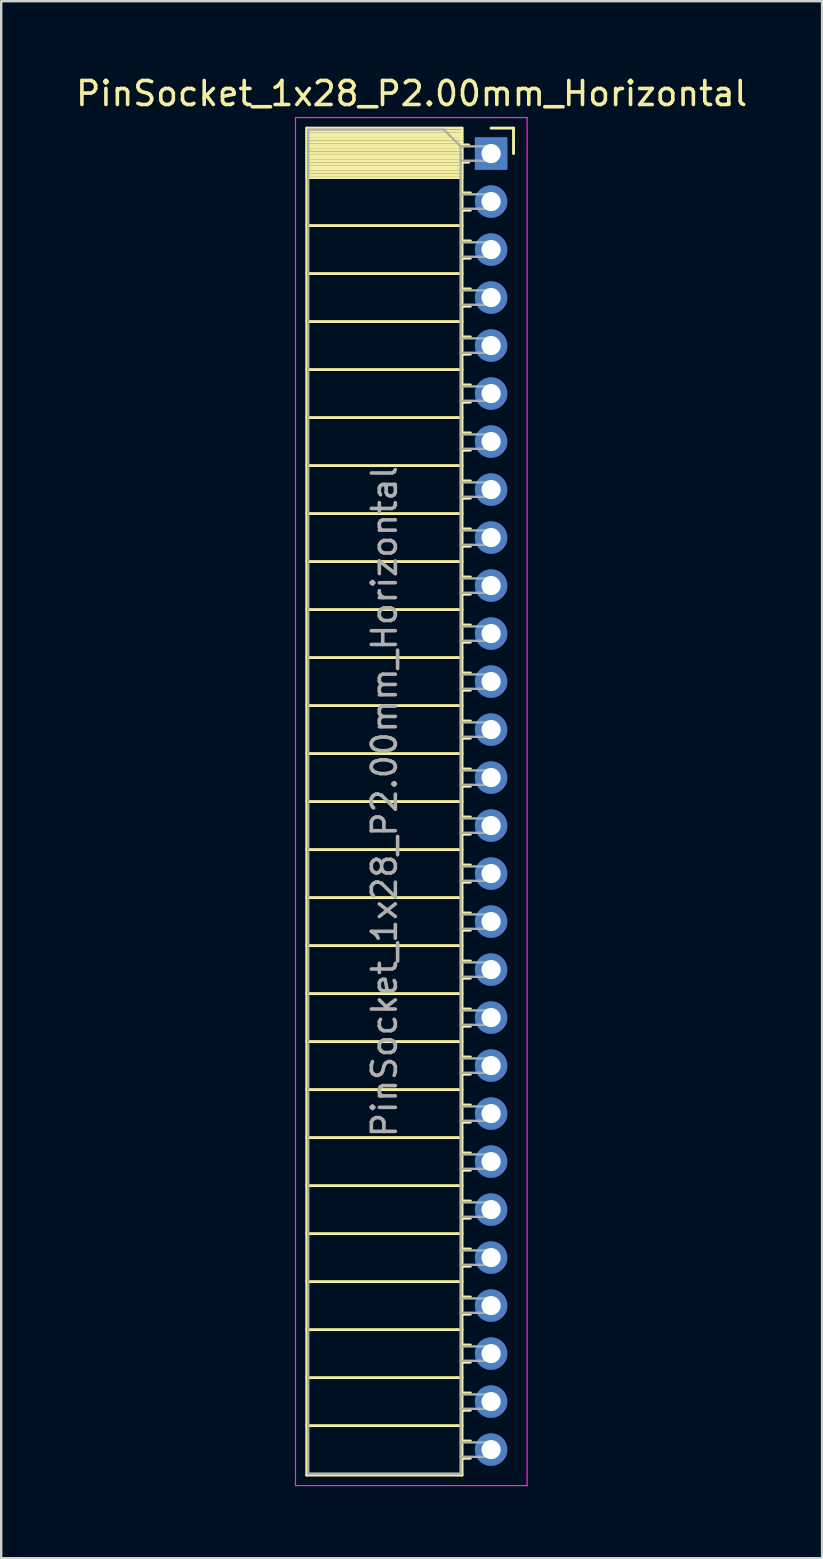
<source format=kicad_pcb>
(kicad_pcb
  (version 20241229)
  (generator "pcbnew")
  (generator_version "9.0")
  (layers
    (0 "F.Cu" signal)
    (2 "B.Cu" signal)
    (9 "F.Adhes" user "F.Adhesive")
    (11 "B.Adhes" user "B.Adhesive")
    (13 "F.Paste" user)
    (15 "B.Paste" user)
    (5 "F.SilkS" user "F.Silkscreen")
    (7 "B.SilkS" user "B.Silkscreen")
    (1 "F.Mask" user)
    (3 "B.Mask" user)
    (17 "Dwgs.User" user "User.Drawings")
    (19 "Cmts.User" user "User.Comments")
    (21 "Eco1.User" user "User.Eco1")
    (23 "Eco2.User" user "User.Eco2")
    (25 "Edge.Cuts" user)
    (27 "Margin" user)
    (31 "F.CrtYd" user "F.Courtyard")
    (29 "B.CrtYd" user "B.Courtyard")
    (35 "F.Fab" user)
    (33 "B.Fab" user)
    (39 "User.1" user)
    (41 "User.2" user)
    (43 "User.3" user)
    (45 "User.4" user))
  (footprint "PinSocket_1x28_P2.00mm_Horizontal"
    (layer "F.Cu")
    (at 17.411 3.348)
    (property "Reference" "PinSocket_1x28_P2.00mm_Horizontal" (at -3.31 -2.5 0) (layer "F.SilkS") (effects (font (size 1 1) (thickness 0.15))))
    (attr through_hole)
    (fp_line (start -7.68 -1.06) (end -7.68 55.06) (stroke (width 0.12) (type solid)) (layer "F.SilkS"))
    (fp_line (start -7.68 -1.06) (end -1.21 -1.06) (stroke (width 0.12) (type solid)) (layer "F.SilkS"))
    (fp_line (start -7.68 -0.94) (end -1.21 -0.94) (stroke (width 0.12) (type solid)) (layer "F.SilkS"))
    (fp_line (start -7.68 -0.826) (end -1.21 -0.826) (stroke (width 0.12) (type solid)) (layer "F.SilkS"))
    (fp_line (start -7.68 -0.712) (end -1.21 -0.712) (stroke (width 0.12) (type solid)) (layer "F.SilkS"))
    (fp_line (start -7.68 -0.598) (end -1.21 -0.598) (stroke (width 0.12) (type solid)) (layer "F.SilkS"))
    (fp_line (start -7.68 -0.484) (end -1.21 -0.484) (stroke (width 0.12) (type solid)) (layer "F.SilkS"))
    (fp_line (start -7.68 -0.369) (end -1.21 -0.369) (stroke (width 0.12) (type solid)) (layer "F.SilkS"))
    (fp_line (start -7.68 -0.255) (end -1.21 -0.255) (stroke (width 0.12) (type solid)) (layer "F.SilkS"))
    (fp_line (start -7.68 -0.141) (end -1.21 -0.141) (stroke (width 0.12) (type solid)) (layer "F.SilkS"))
    (fp_line (start -7.68 -0.027) (end -1.21 -0.027) (stroke (width 0.12) (type solid)) (layer "F.SilkS"))
    (fp_line (start -7.68 0.087) (end -1.21 0.087) (stroke (width 0.12) (type solid)) (layer "F.SilkS"))
    (fp_line (start -7.68 0.201) (end -1.21 0.201) (stroke (width 0.12) (type solid)) (layer "F.SilkS"))
    (fp_line (start -7.68 0.315) (end -1.21 0.315) (stroke (width 0.12) (type solid)) (layer "F.SilkS"))
    (fp_line (start -7.68 0.429) (end -1.21 0.429) (stroke (width 0.12) (type solid)) (layer "F.SilkS"))
    (fp_line (start -7.68 0.544) (end -1.21 0.544) (stroke (width 0.12) (type solid)) (layer "F.SilkS"))
    (fp_line (start -7.68 0.658) (end -1.21 0.658) (stroke (width 0.12) (type solid)) (layer "F.SilkS"))
    (fp_line (start -7.68 0.772) (end -1.21 0.772) (stroke (width 0.12) (type solid)) (layer "F.SilkS"))
    (fp_line (start -7.68 0.886) (end -1.21 0.886) (stroke (width 0.12) (type solid)) (layer "F.SilkS"))
    (fp_line (start -7.68 1) (end -1.21 1) (stroke (width 0.12) (type solid)) (layer "F.SilkS"))
    (fp_line (start -7.68 3) (end -1.21 3) (stroke (width 0.12) (type solid)) (layer "F.SilkS"))
    (fp_line (start -7.68 5) (end -1.21 5) (stroke (width 0.12) (type solid)) (layer "F.SilkS"))
    (fp_line (start -7.68 7) (end -1.21 7) (stroke (width 0.12) (type solid)) (layer "F.SilkS"))
    (fp_line (start -7.68 9) (end -1.21 9) (stroke (width 0.12) (type solid)) (layer "F.SilkS"))
    (fp_line (start -7.68 11) (end -1.21 11) (stroke (width 0.12) (type solid)) (layer "F.SilkS"))
    (fp_line (start -7.68 13) (end -1.21 13) (stroke (width 0.12) (type solid)) (layer "F.SilkS"))
    (fp_line (start -7.68 15) (end -1.21 15) (stroke (width 0.12) (type solid)) (layer "F.SilkS"))
    (fp_line (start -7.68 17) (end -1.21 17) (stroke (width 0.12) (type solid)) (layer "F.SilkS"))
    (fp_line (start -7.68 19) (end -1.21 19) (stroke (width 0.12) (type solid)) (layer "F.SilkS"))
    (fp_line (start -7.68 21) (end -1.21 21) (stroke (width 0.12) (type solid)) (layer "F.SilkS"))
    (fp_line (start -7.68 23) (end -1.21 23) (stroke (width 0.12) (type solid)) (layer "F.SilkS"))
    (fp_line (start -7.68 25) (end -1.21 25) (stroke (width 0.12) (type solid)) (layer "F.SilkS"))
    (fp_line (start -7.68 27) (end -1.21 27) (stroke (width 0.12) (type solid)) (layer "F.SilkS"))
    (fp_line (start -7.68 29) (end -1.21 29) (stroke (width 0.12) (type solid)) (layer "F.SilkS"))
    (fp_line (start -7.68 31) (end -1.21 31) (stroke (width 0.12) (type solid)) (layer "F.SilkS"))
    (fp_line (start -7.68 33) (end -1.21 33) (stroke (width 0.12) (type solid)) (layer "F.SilkS"))
    (fp_line (start -7.68 35) (end -1.21 35) (stroke (width 0.12) (type solid)) (layer "F.SilkS"))
    (fp_line (start -7.68 37) (end -1.21 37) (stroke (width 0.12) (type solid)) (layer "F.SilkS"))
    (fp_line (start -7.68 39) (end -1.21 39) (stroke (width 0.12) (type solid)) (layer "F.SilkS"))
    (fp_line (start -7.68 41) (end -1.21 41) (stroke (width 0.12) (type solid)) (layer "F.SilkS"))
    (fp_line (start -7.68 43) (end -1.21 43) (stroke (width 0.12) (type solid)) (layer "F.SilkS"))
    (fp_line (start -7.68 45) (end -1.21 45) (stroke (width 0.12) (type solid)) (layer "F.SilkS"))
    (fp_line (start -7.68 47) (end -1.21 47) (stroke (width 0.12) (type solid)) (layer "F.SilkS"))
    (fp_line (start -7.68 49) (end -1.21 49) (stroke (width 0.12) (type solid)) (layer "F.SilkS"))
    (fp_line (start -7.68 51) (end -1.21 51) (stroke (width 0.12) (type solid)) (layer "F.SilkS"))
    (fp_line (start -7.68 53) (end -1.21 53) (stroke (width 0.12) (type solid)) (layer "F.SilkS"))
    (fp_line (start -7.68 55.06) (end -1.21 55.06) (stroke (width 0.12) (type solid)) (layer "F.SilkS"))
    (fp_line (start -1.21 -1.06) (end -1.21 55.06) (stroke (width 0.12) (type solid)) (layer "F.SilkS"))
    (fp_line (start -1.21 -0.36) (end -0.935 -0.36) (stroke (width 0.12) (type solid)) (layer "F.SilkS"))
    (fp_line (start -1.21 0.36) (end -0.935 0.36) (stroke (width 0.12) (type solid)) (layer "F.SilkS"))
    (fp_line (start -1.21 1.64) (end -0.863 1.64) (stroke (width 0.12) (type solid)) (layer "F.SilkS"))
    (fp_line (start -1.21 2.36) (end -0.863 2.36) (stroke (width 0.12) (type solid)) (layer "F.SilkS"))
    (fp_line (start -1.21 3.64) (end -0.863 3.64) (stroke (width 0.12) (type solid)) (layer "F.SilkS"))
    (fp_line (start -1.21 4.36) (end -0.863 4.36) (stroke (width 0.12) (type solid)) (layer "F.SilkS"))
    (fp_line (start -1.21 5.64) (end -0.863 5.64) (stroke (width 0.12) (type solid)) (layer "F.SilkS"))
    (fp_line (start -1.21 6.36) (end -0.863 6.36) (stroke (width 0.12) (type solid)) (layer "F.SilkS"))
    (fp_line (start -1.21 7.64) (end -0.863 7.64) (stroke (width 0.12) (type solid)) (layer "F.SilkS"))
    (fp_line (start -1.21 8.36) (end -0.863 8.36) (stroke (width 0.12) (type solid)) (layer "F.SilkS"))
    (fp_line (start -1.21 9.64) (end -0.863 9.64) (stroke (width 0.12) (type solid)) (layer "F.SilkS"))
    (fp_line (start -1.21 10.36) (end -0.863 10.36) (stroke (width 0.12) (type solid)) (layer "F.SilkS"))
    (fp_line (start -1.21 11.64) (end -0.863 11.64) (stroke (width 0.12) (type solid)) (layer "F.SilkS"))
    (fp_line (start -1.21 12.36) (end -0.863 12.36) (stroke (width 0.12) (type solid)) (layer "F.SilkS"))
    (fp_line (start -1.21 13.64) (end -0.863 13.64) (stroke (width 0.12) (type solid)) (layer "F.SilkS"))
    (fp_line (start -1.21 14.36) (end -0.863 14.36) (stroke (width 0.12) (type solid)) (layer "F.SilkS"))
    (fp_line (start -1.21 15.64) (end -0.863 15.64) (stroke (width 0.12) (type solid)) (layer "F.SilkS"))
    (fp_line (start -1.21 16.36) (end -0.863 16.36) (stroke (width 0.12) (type solid)) (layer "F.SilkS"))
    (fp_line (start -1.21 17.64) (end -0.863 17.64) (stroke (width 0.12) (type solid)) (layer "F.SilkS"))
    (fp_line (start -1.21 18.36) (end -0.863 18.36) (stroke (width 0.12) (type solid)) (layer "F.SilkS"))
    (fp_line (start -1.21 19.64) (end -0.863 19.64) (stroke (width 0.12) (type solid)) (layer "F.SilkS"))
    (fp_line (start -1.21 20.36) (end -0.863 20.36) (stroke (width 0.12) (type solid)) (layer "F.SilkS"))
    (fp_line (start -1.21 21.64) (end -0.863 21.64) (stroke (width 0.12) (type solid)) (layer "F.SilkS"))
    (fp_line (start -1.21 22.36) (end -0.863 22.36) (stroke (width 0.12) (type solid)) (layer "F.SilkS"))
    (fp_line (start -1.21 23.64) (end -0.863 23.64) (stroke (width 0.12) (type solid)) (layer "F.SilkS"))
    (fp_line (start -1.21 24.36) (end -0.863 24.36) (stroke (width 0.12) (type solid)) (layer "F.SilkS"))
    (fp_line (start -1.21 25.64) (end -0.863 25.64) (stroke (width 0.12) (type solid)) (layer "F.SilkS"))
    (fp_line (start -1.21 26.36) (end -0.863 26.36) (stroke (width 0.12) (type solid)) (layer "F.SilkS"))
    (fp_line (start -1.21 27.64) (end -0.863 27.64) (stroke (width 0.12) (type solid)) (layer "F.SilkS"))
    (fp_line (start -1.21 28.36) (end -0.863 28.36) (stroke (width 0.12) (type solid)) (layer "F.SilkS"))
    (fp_line (start -1.21 29.64) (end -0.863 29.64) (stroke (width 0.12) (type solid)) (layer "F.SilkS"))
    (fp_line (start -1.21 30.36) (end -0.863 30.36) (stroke (width 0.12) (type solid)) (layer "F.SilkS"))
    (fp_line (start -1.21 31.64) (end -0.863 31.64) (stroke (width 0.12) (type solid)) (layer "F.SilkS"))
    (fp_line (start -1.21 32.36) (end -0.863 32.36) (stroke (width 0.12) (type solid)) (layer "F.SilkS"))
    (fp_line (start -1.21 33.64) (end -0.863 33.64) (stroke (width 0.12) (type solid)) (layer "F.SilkS"))
    (fp_line (start -1.21 34.36) (end -0.863 34.36) (stroke (width 0.12) (type solid)) (layer "F.SilkS"))
    (fp_line (start -1.21 35.64) (end -0.863 35.64) (stroke (width 0.12) (type solid)) (layer "F.SilkS"))
    (fp_line (start -1.21 36.36) (end -0.863 36.36) (stroke (width 0.12) (type solid)) (layer "F.SilkS"))
    (fp_line (start -1.21 37.64) (end -0.863 37.64) (stroke (width 0.12) (type solid)) (layer "F.SilkS"))
    (fp_line (start -1.21 38.36) (end -0.863 38.36) (stroke (width 0.12) (type solid)) (layer "F.SilkS"))
    (fp_line (start -1.21 39.64) (end -0.863 39.64) (stroke (width 0.12) (type solid)) (layer "F.SilkS"))
    (fp_line (start -1.21 40.36) (end -0.863 40.36) (stroke (width 0.12) (type solid)) (layer "F.SilkS"))
    (fp_line (start -1.21 41.64) (end -0.863 41.64) (stroke (width 0.12) (type solid)) (layer "F.SilkS"))
    (fp_line (start -1.21 42.36) (end -0.863 42.36) (stroke (width 0.12) (type solid)) (layer "F.SilkS"))
    (fp_line (start -1.21 43.64) (end -0.863 43.64) (stroke (width 0.12) (type solid)) (layer "F.SilkS"))
    (fp_line (start -1.21 44.36) (end -0.863 44.36) (stroke (width 0.12) (type solid)) (layer "F.SilkS"))
    (fp_line (start -1.21 45.64) (end -0.863 45.64) (stroke (width 0.12) (type solid)) (layer "F.SilkS"))
    (fp_line (start -1.21 46.36) (end -0.863 46.36) (stroke (width 0.12) (type solid)) (layer "F.SilkS"))
    (fp_line (start -1.21 47.64) (end -0.863 47.64) (stroke (width 0.12) (type solid)) (layer "F.SilkS"))
    (fp_line (start -1.21 48.36) (end -0.863 48.36) (stroke (width 0.12) (type solid)) (layer "F.SilkS"))
    (fp_line (start -1.21 49.64) (end -0.863 49.64) (stroke (width 0.12) (type solid)) (layer "F.SilkS"))
    (fp_line (start -1.21 50.36) (end -0.863 50.36) (stroke (width 0.12) (type solid)) (layer "F.SilkS"))
    (fp_line (start -1.21 51.64) (end -0.863 51.64) (stroke (width 0.12) (type solid)) (layer "F.SilkS"))
    (fp_line (start -1.21 52.36) (end -0.863 52.36) (stroke (width 0.12) (type solid)) (layer "F.SilkS"))
    (fp_line (start -1.21 53.64) (end -0.863 53.64) (stroke (width 0.12) (type solid)) (layer "F.SilkS"))
    (fp_line (start -1.21 54.36) (end -0.863 54.36) (stroke (width 0.12) (type solid)) (layer "F.SilkS"))
    (fp_line (start 0 -1.06) (end 0.935 -1.06) (stroke (width 0.12) (type solid)) (layer "F.SilkS"))
    (fp_line (start 0.935 -1.06) (end 0.935 0) (stroke (width 0.12) (type solid)) (layer "F.SilkS"))
    (fp_line (start -8.15 -1.5) (end -8.15 55.5) (stroke (width 0.05) (type solid)) (layer "F.CrtYd"))
    (fp_line (start -8.15 55.5) (end 1.5 55.5) (stroke (width 0.05) (type solid)) (layer "F.CrtYd"))
    (fp_line (start 1.5 -1.5) (end -8.15 -1.5) (stroke (width 0.05) (type solid)) (layer "F.CrtYd"))
    (fp_line (start 1.5 55.5) (end 1.5 -1.5) (stroke (width 0.05) (type solid)) (layer "F.CrtYd"))
    (fp_line (start -7.62 -1) (end -1.97 -1) (stroke (width 0.1) (type solid)) (layer "F.Fab"))
    (fp_line (start -7.62 55) (end -7.62 -1) (stroke (width 0.1) (type solid)) (layer "F.Fab"))
    (fp_line (start -1.97 -1) (end -1.27 -0.3) (stroke (width 0.1) (type solid)) (layer "F.Fab"))
    (fp_line (start -1.27 -0.3) (end -1.27 55) (stroke (width 0.1) (type solid)) (layer "F.Fab"))
    (fp_line (start -1.27 0.3) (end 0 0.3) (stroke (width 0.1) (type solid)) (layer "F.Fab"))
    (fp_line (start -1.27 2.3) (end 0 2.3) (stroke (width 0.1) (type solid)) (layer "F.Fab"))
    (fp_line (start -1.27 4.3) (end 0 4.3) (stroke (width 0.1) (type solid)) (layer "F.Fab"))
    (fp_line (start -1.27 6.3) (end 0 6.3) (stroke (width 0.1) (type solid)) (layer "F.Fab"))
    (fp_line (start -1.27 8.3) (end 0 8.3) (stroke (width 0.1) (type solid)) (layer "F.Fab"))
    (fp_line (start -1.27 10.3) (end 0 10.3) (stroke (width 0.1) (type solid)) (layer "F.Fab"))
    (fp_line (start -1.27 12.3) (end 0 12.3) (stroke (width 0.1) (type solid)) (layer "F.Fab"))
    (fp_line (start -1.27 14.3) (end 0 14.3) (stroke (width 0.1) (type solid)) (layer "F.Fab"))
    (fp_line (start -1.27 16.3) (end 0 16.3) (stroke (width 0.1) (type solid)) (layer "F.Fab"))
    (fp_line (start -1.27 18.3) (end 0 18.3) (stroke (width 0.1) (type solid)) (layer "F.Fab"))
    (fp_line (start -1.27 20.3) (end 0 20.3) (stroke (width 0.1) (type solid)) (layer "F.Fab"))
    (fp_line (start -1.27 22.3) (end 0 22.3) (stroke (width 0.1) (type solid)) (layer "F.Fab"))
    (fp_line (start -1.27 24.3) (end 0 24.3) (stroke (width 0.1) (type solid)) (layer "F.Fab"))
    (fp_line (start -1.27 26.3) (end 0 26.3) (stroke (width 0.1) (type solid)) (layer "F.Fab"))
    (fp_line (start -1.27 28.3) (end 0 28.3) (stroke (width 0.1) (type solid)) (layer "F.Fab"))
    (fp_line (start -1.27 30.3) (end 0 30.3) (stroke (width 0.1) (type solid)) (layer "F.Fab"))
    (fp_line (start -1.27 32.3) (end 0 32.3) (stroke (width 0.1) (type solid)) (layer "F.Fab"))
    (fp_line (start -1.27 34.3) (end 0 34.3) (stroke (width 0.1) (type solid)) (layer "F.Fab"))
    (fp_line (start -1.27 36.3) (end 0 36.3) (stroke (width 0.1) (type solid)) (layer "F.Fab"))
    (fp_line (start -1.27 38.3) (end 0 38.3) (stroke (width 0.1) (type solid)) (layer "F.Fab"))
    (fp_line (start -1.27 40.3) (end 0 40.3) (stroke (width 0.1) (type solid)) (layer "F.Fab"))
    (fp_line (start -1.27 42.3) (end 0 42.3) (stroke (width 0.1) (type solid)) (layer "F.Fab"))
    (fp_line (start -1.27 44.3) (end 0 44.3) (stroke (width 0.1) (type solid)) (layer "F.Fab"))
    (fp_line (start -1.27 46.3) (end 0 46.3) (stroke (width 0.1) (type solid)) (layer "F.Fab"))
    (fp_line (start -1.27 48.3) (end 0 48.3) (stroke (width 0.1) (type solid)) (layer "F.Fab"))
    (fp_line (start -1.27 50.3) (end 0 50.3) (stroke (width 0.1) (type solid)) (layer "F.Fab"))
    (fp_line (start -1.27 52.3) (end 0 52.3) (stroke (width 0.1) (type solid)) (layer "F.Fab"))
    (fp_line (start -1.27 54.3) (end 0 54.3) (stroke (width 0.1) (type solid)) (layer "F.Fab"))
    (fp_line (start -1.27 55) (end -7.62 55) (stroke (width 0.1) (type solid)) (layer "F.Fab"))
    (fp_line (start 0 -0.3) (end -1.27 -0.3) (stroke (width 0.1) (type solid)) (layer "F.Fab"))
    (fp_line (start 0 0.3) (end 0 -0.3) (stroke (width 0.1) (type solid)) (layer "F.Fab"))
    (fp_line (start 0 1.7) (end -1.27 1.7) (stroke (width 0.1) (type solid)) (layer "F.Fab"))
    (fp_line (start 0 2.3) (end 0 1.7) (stroke (width 0.1) (type solid)) (layer "F.Fab"))
    (fp_line (start 0 3.7) (end -1.27 3.7) (stroke (width 0.1) (type solid)) (layer "F.Fab"))
    (fp_line (start 0 4.3) (end 0 3.7) (stroke (width 0.1) (type solid)) (layer "F.Fab"))
    (fp_line (start 0 5.7) (end -1.27 5.7) (stroke (width 0.1) (type solid)) (layer "F.Fab"))
    (fp_line (start 0 6.3) (end 0 5.7) (stroke (width 0.1) (type solid)) (layer "F.Fab"))
    (fp_line (start 0 7.7) (end -1.27 7.7) (stroke (width 0.1) (type solid)) (layer "F.Fab"))
    (fp_line (start 0 8.3) (end 0 7.7) (stroke (width 0.1) (type solid)) (layer "F.Fab"))
    (fp_line (start 0 9.7) (end -1.27 9.7) (stroke (width 0.1) (type solid)) (layer "F.Fab"))
    (fp_line (start 0 10.3) (end 0 9.7) (stroke (width 0.1) (type solid)) (layer "F.Fab"))
    (fp_line (start 0 11.7) (end -1.27 11.7) (stroke (width 0.1) (type solid)) (layer "F.Fab"))
    (fp_line (start 0 12.3) (end 0 11.7) (stroke (width 0.1) (type solid)) (layer "F.Fab"))
    (fp_line (start 0 13.7) (end -1.27 13.7) (stroke (width 0.1) (type solid)) (layer "F.Fab"))
    (fp_line (start 0 14.3) (end 0 13.7) (stroke (width 0.1) (type solid)) (layer "F.Fab"))
    (fp_line (start 0 15.7) (end -1.27 15.7) (stroke (width 0.1) (type solid)) (layer "F.Fab"))
    (fp_line (start 0 16.3) (end 0 15.7) (stroke (width 0.1) (type solid)) (layer "F.Fab"))
    (fp_line (start 0 17.7) (end -1.27 17.7) (stroke (width 0.1) (type solid)) (layer "F.Fab"))
    (fp_line (start 0 18.3) (end 0 17.7) (stroke (width 0.1) (type solid)) (layer "F.Fab"))
    (fp_line (start 0 19.7) (end -1.27 19.7) (stroke (width 0.1) (type solid)) (layer "F.Fab"))
    (fp_line (start 0 20.3) (end 0 19.7) (stroke (width 0.1) (type solid)) (layer "F.Fab"))
    (fp_line (start 0 21.7) (end -1.27 21.7) (stroke (width 0.1) (type solid)) (layer "F.Fab"))
    (fp_line (start 0 22.3) (end 0 21.7) (stroke (width 0.1) (type solid)) (layer "F.Fab"))
    (fp_line (start 0 23.7) (end -1.27 23.7) (stroke (width 0.1) (type solid)) (layer "F.Fab"))
    (fp_line (start 0 24.3) (end 0 23.7) (stroke (width 0.1) (type solid)) (layer "F.Fab"))
    (fp_line (start 0 25.7) (end -1.27 25.7) (stroke (width 0.1) (type solid)) (layer "F.Fab"))
    (fp_line (start 0 26.3) (end 0 25.7) (stroke (width 0.1) (type solid)) (layer "F.Fab"))
    (fp_line (start 0 27.7) (end -1.27 27.7) (stroke (width 0.1) (type solid)) (layer "F.Fab"))
    (fp_line (start 0 28.3) (end 0 27.7) (stroke (width 0.1) (type solid)) (layer "F.Fab"))
    (fp_line (start 0 29.7) (end -1.27 29.7) (stroke (width 0.1) (type solid)) (layer "F.Fab"))
    (fp_line (start 0 30.3) (end 0 29.7) (stroke (width 0.1) (type solid)) (layer "F.Fab"))
    (fp_line (start 0 31.7) (end -1.27 31.7) (stroke (width 0.1) (type solid)) (layer "F.Fab"))
    (fp_line (start 0 32.3) (end 0 31.7) (stroke (width 0.1) (type solid)) (layer "F.Fab"))
    (fp_line (start 0 33.7) (end -1.27 33.7) (stroke (width 0.1) (type solid)) (layer "F.Fab"))
    (fp_line (start 0 34.3) (end 0 33.7) (stroke (width 0.1) (type solid)) (layer "F.Fab"))
    (fp_line (start 0 35.7) (end -1.27 35.7) (stroke (width 0.1) (type solid)) (layer "F.Fab"))
    (fp_line (start 0 36.3) (end 0 35.7) (stroke (width 0.1) (type solid)) (layer "F.Fab"))
    (fp_line (start 0 37.7) (end -1.27 37.7) (stroke (width 0.1) (type solid)) (layer "F.Fab"))
    (fp_line (start 0 38.3) (end 0 37.7) (stroke (width 0.1) (type solid)) (layer "F.Fab"))
    (fp_line (start 0 39.7) (end -1.27 39.7) (stroke (width 0.1) (type solid)) (layer "F.Fab"))
    (fp_line (start 0 40.3) (end 0 39.7) (stroke (width 0.1) (type solid)) (layer "F.Fab"))
    (fp_line (start 0 41.7) (end -1.27 41.7) (stroke (width 0.1) (type solid)) (layer "F.Fab"))
    (fp_line (start 0 42.3) (end 0 41.7) (stroke (width 0.1) (type solid)) (layer "F.Fab"))
    (fp_line (start 0 43.7) (end -1.27 43.7) (stroke (width 0.1) (type solid)) (layer "F.Fab"))
    (fp_line (start 0 44.3) (end 0 43.7) (stroke (width 0.1) (type solid)) (layer "F.Fab"))
    (fp_line (start 0 45.7) (end -1.27 45.7) (stroke (width 0.1) (type solid)) (layer "F.Fab"))
    (fp_line (start 0 46.3) (end 0 45.7) (stroke (width 0.1) (type solid)) (layer "F.Fab"))
    (fp_line (start 0 47.7) (end -1.27 47.7) (stroke (width 0.1) (type solid)) (layer "F.Fab"))
    (fp_line (start 0 48.3) (end 0 47.7) (stroke (width 0.1) (type solid)) (layer "F.Fab"))
    (fp_line (start 0 49.7) (end -1.27 49.7) (stroke (width 0.1) (type solid)) (layer "F.Fab"))
    (fp_line (start 0 50.3) (end 0 49.7) (stroke (width 0.1) (type solid)) (layer "F.Fab"))
    (fp_line (start 0 51.7) (end -1.27 51.7) (stroke (width 0.1) (type solid)) (layer "F.Fab"))
    (fp_line (start 0 52.3) (end 0 51.7) (stroke (width 0.1) (type solid)) (layer "F.Fab"))
    (fp_line (start 0 53.7) (end -1.27 53.7) (stroke (width 0.1) (type solid)) (layer "F.Fab"))
    (fp_line (start 0 54.3) (end 0 53.7) (stroke (width 0.1) (type solid)) (layer "F.Fab"))
    (fp_text user "${REFERENCE}" (at -4.445 27 90) (layer "F.Fab") (effects (font (size 1 1) (thickness 0.15))))
    (pad "1" thru_hole rect (at 0 0) (size 1.35 1.35) (drill 0.8) (layers "*.Cu" "*.Mask"))
    (pad "2" thru_hole oval (at 0 2) (size 1.35 1.35) (drill 0.8) (layers "*.Cu" "*.Mask"))
    (pad "3" thru_hole oval (at 0 4) (size 1.35 1.35) (drill 0.8) (layers "*.Cu" "*.Mask"))
    (pad "4" thru_hole oval (at 0 6) (size 1.35 1.35) (drill 0.8) (layers "*.Cu" "*.Mask"))
    (pad "5" thru_hole oval (at 0 8) (size 1.35 1.35) (drill 0.8) (layers "*.Cu" "*.Mask"))
    (pad "6" thru_hole oval (at 0 10) (size 1.35 1.35) (drill 0.8) (layers "*.Cu" "*.Mask"))
    (pad "7" thru_hole oval (at 0 12) (size 1.35 1.35) (drill 0.8) (layers "*.Cu" "*.Mask"))
    (pad "8" thru_hole oval (at 0 14) (size 1.35 1.35) (drill 0.8) (layers "*.Cu" "*.Mask"))
    (pad "9" thru_hole oval (at 0 16) (size 1.35 1.35) (drill 0.8) (layers "*.Cu" "*.Mask"))
    (pad "10" thru_hole oval (at 0 18) (size 1.35 1.35) (drill 0.8) (layers "*.Cu" "*.Mask"))
    (pad "11" thru_hole oval (at 0 20) (size 1.35 1.35) (drill 0.8) (layers "*.Cu" "*.Mask"))
    (pad "12" thru_hole oval (at 0 22) (size 1.35 1.35) (drill 0.8) (layers "*.Cu" "*.Mask"))
    (pad "13" thru_hole oval (at 0 24) (size 1.35 1.35) (drill 0.8) (layers "*.Cu" "*.Mask"))
    (pad "14" thru_hole oval (at 0 26) (size 1.35 1.35) (drill 0.8) (layers "*.Cu" "*.Mask"))
    (pad "15" thru_hole oval (at 0 28) (size 1.35 1.35) (drill 0.8) (layers "*.Cu" "*.Mask"))
    (pad "16" thru_hole oval (at 0 30) (size 1.35 1.35) (drill 0.8) (layers "*.Cu" "*.Mask"))
    (pad "17" thru_hole oval (at 0 32) (size 1.35 1.35) (drill 0.8) (layers "*.Cu" "*.Mask"))
    (pad "18" thru_hole oval (at 0 34) (size 1.35 1.35) (drill 0.8) (layers "*.Cu" "*.Mask"))
    (pad "19" thru_hole oval (at 0 36) (size 1.35 1.35) (drill 0.8) (layers "*.Cu" "*.Mask"))
    (pad "20" thru_hole oval (at 0 38) (size 1.35 1.35) (drill 0.8) (layers "*.Cu" "*.Mask"))
    (pad "21" thru_hole oval (at 0 40) (size 1.35 1.35) (drill 0.8) (layers "*.Cu" "*.Mask"))
    (pad "22" thru_hole oval (at 0 42) (size 1.35 1.35) (drill 0.8) (layers "*.Cu" "*.Mask"))
    (pad "23" thru_hole oval (at 0 44) (size 1.35 1.35) (drill 0.8) (layers "*.Cu" "*.Mask"))
    (pad "24" thru_hole oval (at 0 46) (size 1.35 1.35) (drill 0.8) (layers "*.Cu" "*.Mask"))
    (pad "25" thru_hole oval (at 0 48) (size 1.35 1.35) (drill 0.8) (layers "*.Cu" "*.Mask"))
    (pad "26" thru_hole oval (at 0 50) (size 1.35 1.35) (drill 0.8) (layers "*.Cu" "*.Mask"))
    (pad "27" thru_hole oval (at 0 52) (size 1.35 1.35) (drill 0.8) (layers "*.Cu" "*.Mask"))
    (pad "28" thru_hole oval (at 0 54) (size 1.35 1.35) (drill 0.8) (layers "*.Cu" "*.Mask")))
  (gr_rect
    (start -3 -3)
    (end 31.202 61.873)
    (stroke (width 0.1) (type default))
    (fill no)
    (layer "Edge.Cuts")))
</source>
